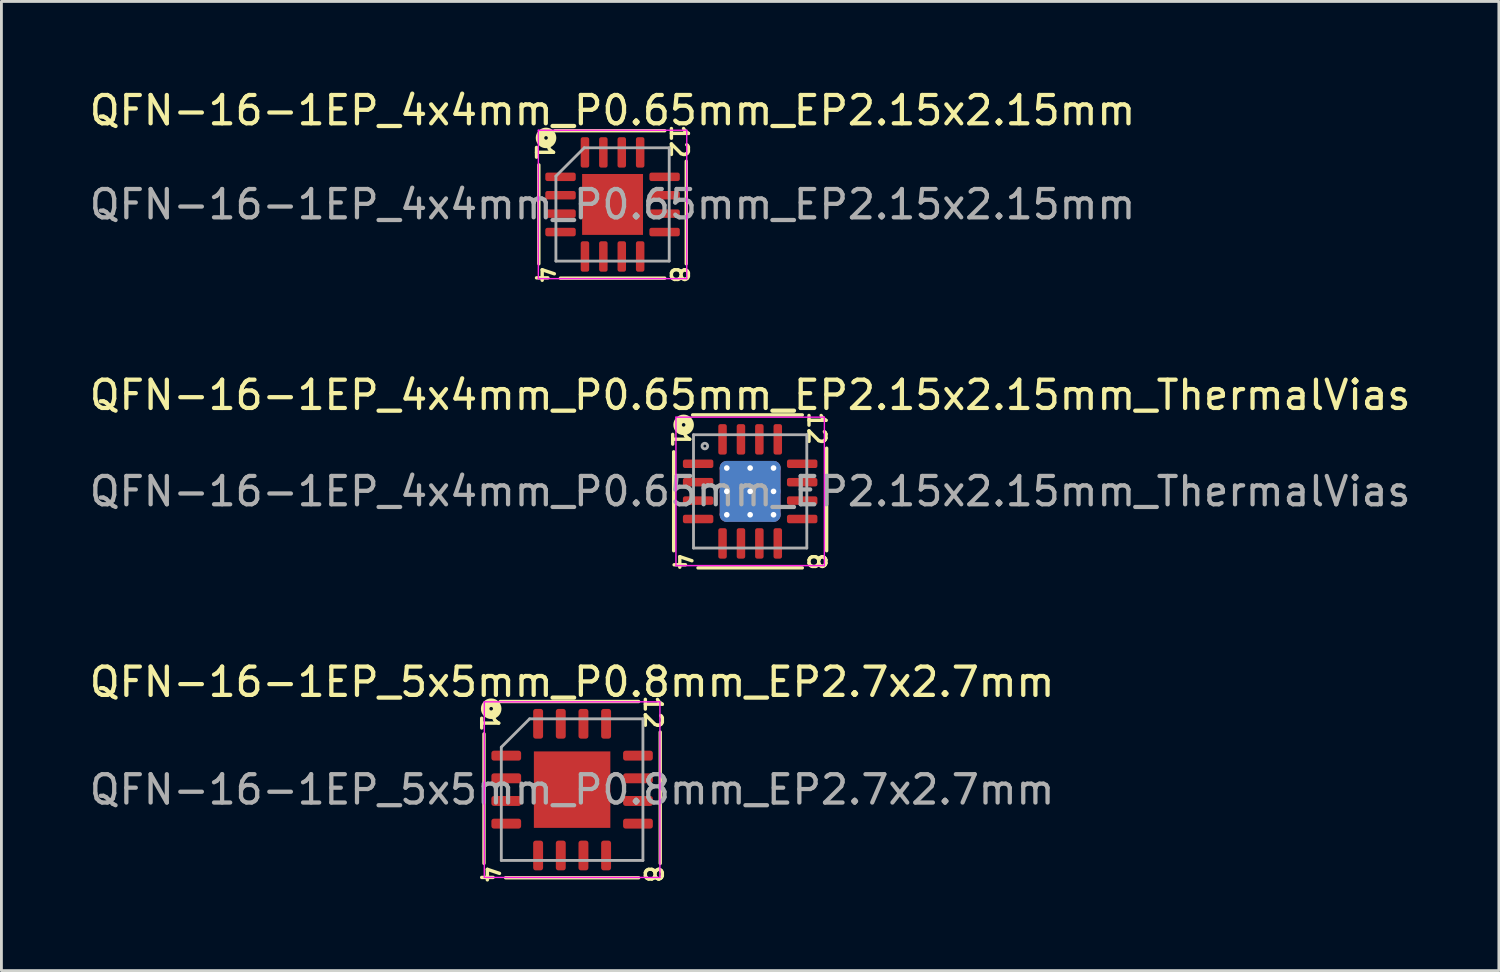
<source format=kicad_pcb>
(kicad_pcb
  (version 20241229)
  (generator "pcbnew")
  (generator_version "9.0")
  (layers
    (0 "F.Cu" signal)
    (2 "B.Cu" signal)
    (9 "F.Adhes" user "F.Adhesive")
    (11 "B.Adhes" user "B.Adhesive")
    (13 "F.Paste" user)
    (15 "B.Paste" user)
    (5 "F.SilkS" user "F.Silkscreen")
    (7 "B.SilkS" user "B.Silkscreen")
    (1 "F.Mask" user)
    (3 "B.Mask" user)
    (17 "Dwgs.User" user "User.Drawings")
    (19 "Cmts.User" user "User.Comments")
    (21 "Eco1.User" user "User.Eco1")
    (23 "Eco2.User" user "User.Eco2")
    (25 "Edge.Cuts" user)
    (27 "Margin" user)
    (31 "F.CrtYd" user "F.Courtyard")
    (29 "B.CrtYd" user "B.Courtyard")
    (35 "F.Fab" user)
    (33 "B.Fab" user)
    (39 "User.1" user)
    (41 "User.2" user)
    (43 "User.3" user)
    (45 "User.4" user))
  (footprint "QFN-16-1EP_4x4mm_P0.65mm_EP2.15x2.15mm_ThermalVias"
    (layer "F.Cu")
    (at 23.435 14.299)
    (property "Reference" "QFN-16-1EP_4x4mm_P0.65mm_EP2.15x2.15mm_ThermalVias" (at 0 -3.4 0) (layer "F.SilkS") (effects (font (size 1 1) (thickness 0.15))))
    (attr smd)
    (fp_line (start -2.7 -1.397) (end -2.7 2.095) (stroke (width 0.12) (type solid)) (layer "F.SilkS"))
    (fp_line (start -1.841 2.7) (end 1.841 2.7) (stroke (width 0.12) (type solid)) (layer "F.SilkS"))
    (fp_line (start 1.841 -2.7) (end -2.032 -2.7) (stroke (width 0.12) (type solid)) (layer "F.SilkS"))
    (fp_line (start 2.7 2.095) (end 2.7 -1.524) (stroke (width 0.12) (type solid)) (layer "F.SilkS"))
    (fp_circle (center -2.349 -2.349) (end -2.286 -2.349) (stroke (width 0.3) (type solid)) (fill no) (layer "F.SilkS"))
    (fp_line (start -2.62 -2.62) (end -2.62 2.62) (stroke (width 0.05) (type solid)) (layer "F.CrtYd"))
    (fp_line (start -2.62 2.62) (end 2.62 2.62) (stroke (width 0.05) (type solid)) (layer "F.CrtYd"))
    (fp_line (start 2.62 -2.62) (end -2.62 -2.62) (stroke (width 0.05) (type solid)) (layer "F.CrtYd"))
    (fp_line (start 2.62 2.62) (end 2.62 -2.62) (stroke (width 0.05) (type solid)) (layer "F.CrtYd"))
    (fp_line (start -2 -2) (end 2 -2) (stroke (width 0.1) (type solid)) (layer "F.Fab"))
    (fp_line (start -2 2) (end -2 -2) (stroke (width 0.1) (type solid)) (layer "F.Fab"))
    (fp_line (start 2 -2) (end 2 2) (stroke (width 0.1) (type solid)) (layer "F.Fab"))
    (fp_line (start 2 2) (end -2 2) (stroke (width 0.1) (type solid)) (layer "F.Fab"))
    (fp_circle (center -1.6 -1.6) (end -1.5 -1.6) (stroke (width 0.1) (type solid)) (fill no) (layer "F.Fab"))
    (fp_text user "1" (at -2.463 -1.841 270) (unlocked yes) (layer "F.SilkS") (effects (font (size 0.6 0.6) (thickness 0.12))))
    (fp_text user "4" (at -2.413 2.477 270) (unlocked yes) (layer "F.SilkS") (effects (font (size 0.6 0.6) (thickness 0.12))))
    (fp_text user "12" (at 2.349 -2.223 270) (unlocked yes) (layer "F.SilkS") (effects (font (size 0.6 0.6) (thickness 0.12))))
    (fp_text user "8" (at 2.349 2.477 270) (unlocked yes) (layer "F.SilkS") (effects (font (size 0.6 0.6) (thickness 0.12))))
    (fp_text user "${REFERENCE}" (at 0 0 0) (layer "F.Fab") (effects (font (size 1 1) (thickness 0.15))))
    (pad "" smd roundrect (at -0.54 -0.54) (size 0.93 0.93) (layers "F.Paste") (roundrect_rratio 0.25))
    (pad "" smd roundrect (at -0.54 0.54) (size 0.93 0.93) (layers "F.Paste") (roundrect_rratio 0.25))
    (pad "" smd roundrect (at 0.54 -0.54) (size 0.93 0.93) (layers "F.Paste") (roundrect_rratio 0.25))
    (pad "" smd roundrect (at 0.54 0.54) (size 0.93 0.93) (layers "F.Paste") (roundrect_rratio 0.25))
    (pad "1" smd roundrect (at -1.837 -0.975) (size 1.075 0.3) (layers "F.Cu" "F.Mask" "F.Paste") (roundrect_rratio 0.25))
    (pad "2" smd roundrect (at -1.837 -0.325) (size 1.075 0.3) (layers "F.Cu" "F.Mask" "F.Paste") (roundrect_rratio 0.25))
    (pad "3" smd roundrect (at -1.837 0.325) (size 1.075 0.3) (layers "F.Cu" "F.Mask" "F.Paste") (roundrect_rratio 0.25))
    (pad "4" smd roundrect (at -1.837 0.975) (size 1.075 0.3) (layers "F.Cu" "F.Mask" "F.Paste") (roundrect_rratio 0.25))
    (pad "5" smd roundrect (at -0.975 1.837) (size 0.3 1.075) (layers "F.Cu" "F.Mask" "F.Paste") (roundrect_rratio 0.25))
    (pad "6" smd roundrect (at -0.325 1.837) (size 0.3 1.075) (layers "F.Cu" "F.Mask" "F.Paste") (roundrect_rratio 0.25))
    (pad "7" smd roundrect (at 0.325 1.837) (size 0.3 1.075) (layers "F.Cu" "F.Mask" "F.Paste") (roundrect_rratio 0.25))
    (pad "8" smd roundrect (at 0.975 1.837) (size 0.3 1.075) (layers "F.Cu" "F.Mask" "F.Paste") (roundrect_rratio 0.25))
    (pad "9" smd roundrect (at 1.837 0.975) (size 1.075 0.3) (layers "F.Cu" "F.Mask" "F.Paste") (roundrect_rratio 0.25))
    (pad "10" smd roundrect (at 1.837 0.325) (size 1.075 0.3) (layers "F.Cu" "F.Mask" "F.Paste") (roundrect_rratio 0.25))
    (pad "11" smd roundrect (at 1.837 -0.325) (size 1.075 0.3) (layers "F.Cu" "F.Mask" "F.Paste") (roundrect_rratio 0.25))
    (pad "12" smd roundrect (at 1.837 -0.975) (size 1.075 0.3) (layers "F.Cu" "F.Mask" "F.Paste") (roundrect_rratio 0.25))
    (pad "13" smd roundrect (at 0.975 -1.837) (size 0.3 1.075) (layers "F.Cu" "F.Mask" "F.Paste") (roundrect_rratio 0.25))
    (pad "14" smd roundrect (at 0.325 -1.837) (size 0.3 1.075) (layers "F.Cu" "F.Mask" "F.Paste") (roundrect_rratio 0.25))
    (pad "15" smd roundrect (at -0.325 -1.837) (size 0.3 1.075) (layers "F.Cu" "F.Mask" "F.Paste") (roundrect_rratio 0.25))
    (pad "16" smd roundrect (at -0.975 -1.837) (size 0.3 1.075) (layers "F.Cu" "F.Mask" "F.Paste") (roundrect_rratio 0.25))
    (pad "17" thru_hole circle (at -0.825 -0.825) (size 0.5 0.5) (drill 0.2) (property pad_prop_heatsink) (layers "*.Cu"))
    (pad "17" thru_hole circle (at -0.825 0) (size 0.5 0.5) (drill 0.2) (property pad_prop_heatsink) (layers "*.Cu"))
    (pad "17" thru_hole circle (at -0.825 0.825) (size 0.5 0.5) (drill 0.2) (property pad_prop_heatsink) (layers "*.Cu"))
    (pad "17" thru_hole circle (at 0 -0.825) (size 0.5 0.5) (drill 0.2) (property pad_prop_heatsink) (layers "*.Cu"))
    (pad "17" thru_hole circle (at 0 0) (size 0.5 0.5) (drill 0.2) (property pad_prop_heatsink) (layers "*.Cu"))
    (pad "17" smd roundrect (at 0 0) (size 2.15 2.15) (layers "F.Cu" "F.Mask") (roundrect_rratio 0.116))
    (pad "17" smd roundrect (at 0 0) (size 2.15 2.15) (layers "B.Cu" "B.Mask") (roundrect_rratio 0.116))
    (pad "17" thru_hole circle (at 0 0.825) (size 0.5 0.5) (drill 0.2) (property pad_prop_heatsink) (layers "*.Cu"))
    (pad "17" thru_hole circle (at 0.825 -0.825) (size 0.5 0.5) (drill 0.2) (property pad_prop_heatsink) (layers "*.Cu"))
    (pad "17" thru_hole circle (at 0.825 0) (size 0.5 0.5) (drill 0.2) (property pad_prop_heatsink) (layers "*.Cu"))
    (pad "17" thru_hole circle (at 0.825 0.825) (size 0.5 0.5) (drill 0.2) (property pad_prop_heatsink) (layers "*.Cu")))
  (footprint "QFN-16-1EP_4x4mm_P0.65mm_EP2.15x2.15mm"
    (layer "F.Cu")
    (at 18.577 4.168)
    (property "Reference" "QFN-16-1EP_4x4mm_P0.65mm_EP2.15x2.15mm" (at 0 -3.32 0) (layer "F.SilkS") (effects (font (size 1 1) (thickness 0.15))))
    (attr smd)
    (fp_line (start -2.603 -1.397) (end -2.603 2.095) (stroke (width 0.12) (type solid)) (layer "F.SilkS"))
    (fp_line (start -1.841 2.603) (end 1.841 2.603) (stroke (width 0.12) (type solid)) (layer "F.SilkS"))
    (fp_line (start 1.841 -2.603) (end -2.032 -2.603) (stroke (width 0.12) (type solid)) (layer "F.SilkS"))
    (fp_line (start 2.603 2.095) (end 2.603 -1.524) (stroke (width 0.12) (type solid)) (layer "F.SilkS"))
    (fp_circle (center -2.349 -2.349) (end -2.286 -2.349) (stroke (width 0.3) (type solid)) (fill no) (layer "F.SilkS"))
    (fp_line (start -2.62 -2.62) (end -2.62 2.62) (stroke (width 0.05) (type solid)) (layer "F.CrtYd"))
    (fp_line (start -2.62 2.62) (end 2.62 2.62) (stroke (width 0.05) (type solid)) (layer "F.CrtYd"))
    (fp_line (start 2.62 -2.62) (end -2.62 -2.62) (stroke (width 0.05) (type solid)) (layer "F.CrtYd"))
    (fp_line (start 2.62 2.62) (end 2.62 -2.62) (stroke (width 0.05) (type solid)) (layer "F.CrtYd"))
    (fp_line (start -2 -1) (end -1 -2) (stroke (width 0.1) (type solid)) (layer "F.Fab"))
    (fp_line (start -2 2) (end -2 -1) (stroke (width 0.1) (type solid)) (layer "F.Fab"))
    (fp_line (start -1 -2) (end 2 -2) (stroke (width 0.1) (type solid)) (layer "F.Fab"))
    (fp_line (start 2 -2) (end 2 2) (stroke (width 0.1) (type solid)) (layer "F.Fab"))
    (fp_line (start 2 2) (end -2 2) (stroke (width 0.1) (type solid)) (layer "F.Fab"))
    (fp_text user "12" (at 2.349 -2.223 270) (unlocked yes) (layer "F.SilkS") (effects (font (size 0.6 0.6) (thickness 0.12))))
    (fp_text user "4" (at -2.413 2.477 270) (unlocked yes) (layer "F.SilkS") (effects (font (size 0.6 0.6) (thickness 0.12))))
    (fp_text user "8" (at 2.349 2.477 270) (unlocked yes) (layer "F.SilkS") (effects (font (size 0.6 0.6) (thickness 0.12))))
    (fp_text user "1" (at -2.413 -1.841 270) (unlocked yes) (layer "F.SilkS") (effects (font (size 0.6 0.6) (thickness 0.12))))
    (fp_text user "${REFERENCE}" (at 0 0 0) (layer "F.Fab") (effects (font (size 1 1) (thickness 0.15))))
    (pad "" smd roundrect (at -0.54 -0.54) (size 0.87 0.87) (layers "F.Paste") (roundrect_rratio 0.25))
    (pad "" smd roundrect (at -0.54 0.54) (size 0.87 0.87) (layers "F.Paste") (roundrect_rratio 0.25))
    (pad "" smd roundrect (at 0.54 -0.54) (size 0.87 0.87) (layers "F.Paste") (roundrect_rratio 0.25))
    (pad "" smd roundrect (at 0.54 0.54) (size 0.87 0.87) (layers "F.Paste") (roundrect_rratio 0.25))
    (pad "1" smd roundrect (at -1.837 -0.975) (size 1.075 0.3) (layers "F.Cu" "F.Mask" "F.Paste") (roundrect_rratio 0.25))
    (pad "2" smd roundrect (at -1.837 -0.325) (size 1.075 0.3) (layers "F.Cu" "F.Mask" "F.Paste") (roundrect_rratio 0.25))
    (pad "3" smd roundrect (at -1.837 0.325) (size 1.075 0.3) (layers "F.Cu" "F.Mask" "F.Paste") (roundrect_rratio 0.25))
    (pad "4" smd roundrect (at -1.837 0.975) (size 1.075 0.3) (layers "F.Cu" "F.Mask" "F.Paste") (roundrect_rratio 0.25))
    (pad "5" smd roundrect (at -0.975 1.837) (size 0.3 1.075) (layers "F.Cu" "F.Mask" "F.Paste") (roundrect_rratio 0.25))
    (pad "6" smd roundrect (at -0.325 1.837) (size 0.3 1.075) (layers "F.Cu" "F.Mask" "F.Paste") (roundrect_rratio 0.25))
    (pad "7" smd roundrect (at 0.325 1.837) (size 0.3 1.075) (layers "F.Cu" "F.Mask" "F.Paste") (roundrect_rratio 0.25))
    (pad "8" smd roundrect (at 0.975 1.837) (size 0.3 1.075) (layers "F.Cu" "F.Mask" "F.Paste") (roundrect_rratio 0.25))
    (pad "9" smd roundrect (at 1.837 0.975) (size 1.075 0.3) (layers "F.Cu" "F.Mask" "F.Paste") (roundrect_rratio 0.25))
    (pad "10" smd roundrect (at 1.837 0.325) (size 1.075 0.3) (layers "F.Cu" "F.Mask" "F.Paste") (roundrect_rratio 0.25))
    (pad "11" smd roundrect (at 1.837 -0.325) (size 1.075 0.3) (layers "F.Cu" "F.Mask" "F.Paste") (roundrect_rratio 0.25))
    (pad "12" smd roundrect (at 1.837 -0.975) (size 1.075 0.3) (layers "F.Cu" "F.Mask" "F.Paste") (roundrect_rratio 0.25))
    (pad "13" smd roundrect (at 0.975 -1.837) (size 0.3 1.075) (layers "F.Cu" "F.Mask" "F.Paste") (roundrect_rratio 0.25))
    (pad "14" smd roundrect (at 0.325 -1.837) (size 0.3 1.075) (layers "F.Cu" "F.Mask" "F.Paste") (roundrect_rratio 0.25))
    (pad "15" smd roundrect (at -0.325 -1.837) (size 0.3 1.075) (layers "F.Cu" "F.Mask" "F.Paste") (roundrect_rratio 0.25))
    (pad "16" smd roundrect (at -0.975 -1.837) (size 0.3 1.075) (layers "F.Cu" "F.Mask" "F.Paste") (roundrect_rratio 0.25))
    (pad "17" smd rect (at 0 0) (size 2.15 2.15) (layers "F.Cu" "F.Mask")))
  (footprint "QFN-16-1EP_5x5mm_P0.8mm_EP2.7x2.7mm"
    (layer "F.Cu")
    (at 17.149 24.829)
    (property "Reference" "QFN-16-1EP_5x5mm_P0.8mm_EP2.7x2.7mm" (at 0 -3.8 0) (layer "F.SilkS") (effects (font (size 1 1) (thickness 0.15))))
    (attr smd)
    (fp_line (start -3.111 -1.968) (end -3.111 2.603) (stroke (width 0.12) (type solid)) (layer "F.SilkS"))
    (fp_line (start -2.349 3.111) (end 2.349 3.111) (stroke (width 0.12) (type solid)) (layer "F.SilkS"))
    (fp_line (start 2.349 -3.111) (end -2.54 -3.111) (stroke (width 0.12) (type solid)) (layer "F.SilkS"))
    (fp_line (start 3.111 2.603) (end 3.111 -2.032) (stroke (width 0.12) (type solid)) (layer "F.SilkS"))
    (fp_circle (center -2.857 -2.857) (end -2.794 -2.857) (stroke (width 0.3) (type solid)) (fill no) (layer "F.SilkS"))
    (fp_line (start -3.1 -3.1) (end -3.1 3.1) (stroke (width 0.05) (type solid)) (layer "F.CrtYd"))
    (fp_line (start -3.1 3.1) (end 3.1 3.1) (stroke (width 0.05) (type solid)) (layer "F.CrtYd"))
    (fp_line (start 3.1 -3.1) (end -3.1 -3.1) (stroke (width 0.05) (type solid)) (layer "F.CrtYd"))
    (fp_line (start 3.1 3.1) (end 3.1 -3.1) (stroke (width 0.05) (type solid)) (layer "F.CrtYd"))
    (fp_line (start -2.5 -1.5) (end -1.5 -2.5) (stroke (width 0.1) (type solid)) (layer "F.Fab"))
    (fp_line (start -2.5 2.5) (end -2.5 -1.5) (stroke (width 0.1) (type solid)) (layer "F.Fab"))
    (fp_line (start -1.5 -2.5) (end 2.5 -2.5) (stroke (width 0.1) (type solid)) (layer "F.Fab"))
    (fp_line (start 2.5 -2.5) (end 2.5 2.5) (stroke (width 0.1) (type solid)) (layer "F.Fab"))
    (fp_line (start 2.5 2.5) (end -2.5 2.5) (stroke (width 0.1) (type solid)) (layer "F.Fab"))
    (fp_text user "4" (at -2.921 2.985 270) (unlocked yes) (layer "F.SilkS") (effects (font (size 0.6 0.6) (thickness 0.12))))
    (fp_text user "8" (at 2.857 2.985 270) (unlocked yes) (layer "F.SilkS") (effects (font (size 0.6 0.6) (thickness 0.12))))
    (fp_text user "12" (at 2.857 -2.731 270) (unlocked yes) (layer "F.SilkS") (effects (font (size 0.6 0.6) (thickness 0.12))))
    (fp_text user "1" (at -2.921 -2.349 270) (unlocked yes) (layer "F.SilkS") (effects (font (size 0.6 0.6) (thickness 0.12))))
    (fp_text user "${REFERENCE}" (at 0 0 0) (layer "F.Fab") (effects (font (size 1 1) (thickness 0.15))))
    (pad "" smd roundrect (at -0.675 -0.675) (size 1.09 1.09) (layers "F.Paste") (roundrect_rratio 0.229))
    (pad "" smd roundrect (at -0.675 0.675) (size 1.09 1.09) (layers "F.Paste") (roundrect_rratio 0.229))
    (pad "" smd roundrect (at 0.675 -0.675) (size 1.09 1.09) (layers "F.Paste") (roundrect_rratio 0.229))
    (pad "" smd roundrect (at 0.675 0.675) (size 1.09 1.09) (layers "F.Paste") (roundrect_rratio 0.229))
    (pad "1" smd roundrect (at -2.325 -1.2) (size 1.05 0.35) (layers "F.Cu" "F.Mask" "F.Paste") (roundrect_rratio 0.25))
    (pad "2" smd roundrect (at -2.325 -0.4) (size 1.05 0.35) (layers "F.Cu" "F.Mask" "F.Paste") (roundrect_rratio 0.25))
    (pad "3" smd roundrect (at -2.325 0.4) (size 1.05 0.35) (layers "F.Cu" "F.Mask" "F.Paste") (roundrect_rratio 0.25))
    (pad "4" smd roundrect (at -2.325 1.2) (size 1.05 0.35) (layers "F.Cu" "F.Mask" "F.Paste") (roundrect_rratio 0.25))
    (pad "5" smd roundrect (at -1.2 2.325) (size 0.35 1.05) (layers "F.Cu" "F.Mask" "F.Paste") (roundrect_rratio 0.25))
    (pad "6" smd roundrect (at -0.4 2.325) (size 0.35 1.05) (layers "F.Cu" "F.Mask" "F.Paste") (roundrect_rratio 0.25))
    (pad "7" smd roundrect (at 0.4 2.325) (size 0.35 1.05) (layers "F.Cu" "F.Mask" "F.Paste") (roundrect_rratio 0.25))
    (pad "8" smd roundrect (at 1.2 2.325) (size 0.35 1.05) (layers "F.Cu" "F.Mask" "F.Paste") (roundrect_rratio 0.25))
    (pad "9" smd roundrect (at 2.325 1.2) (size 1.05 0.35) (layers "F.Cu" "F.Mask" "F.Paste") (roundrect_rratio 0.25))
    (pad "10" smd roundrect (at 2.325 0.4) (size 1.05 0.35) (layers "F.Cu" "F.Mask" "F.Paste") (roundrect_rratio 0.25))
    (pad "11" smd roundrect (at 2.325 -0.4) (size 1.05 0.35) (layers "F.Cu" "F.Mask" "F.Paste") (roundrect_rratio 0.25))
    (pad "12" smd roundrect (at 2.325 -1.2) (size 1.05 0.35) (layers "F.Cu" "F.Mask" "F.Paste") (roundrect_rratio 0.25))
    (pad "13" smd roundrect (at 1.2 -2.325) (size 0.35 1.05) (layers "F.Cu" "F.Mask" "F.Paste") (roundrect_rratio 0.25))
    (pad "14" smd roundrect (at 0.4 -2.325) (size 0.35 1.05) (layers "F.Cu" "F.Mask" "F.Paste") (roundrect_rratio 0.25))
    (pad "15" smd roundrect (at -0.4 -2.325) (size 0.35 1.05) (layers "F.Cu" "F.Mask" "F.Paste") (roundrect_rratio 0.25))
    (pad "16" smd roundrect (at -1.2 -2.325) (size 0.35 1.05) (layers "F.Cu" "F.Mask" "F.Paste") (roundrect_rratio 0.25))
    (pad "17" smd rect (at 0 0) (size 2.7 2.7) (layers "F.Cu" "F.Mask")))
  (gr_rect
    (start -3 -3)
    (end 49.869 31.219)
    (stroke (width 0.1) (type default))
    (fill no)
    (layer "Edge.Cuts")))
</source>
